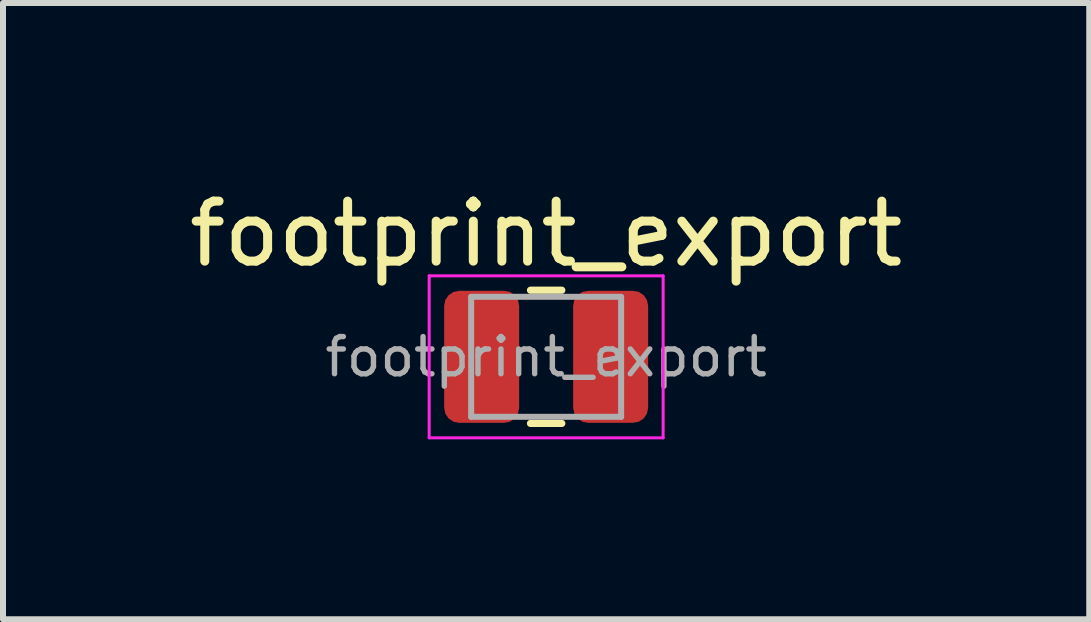
<source format=kicad_pcb>
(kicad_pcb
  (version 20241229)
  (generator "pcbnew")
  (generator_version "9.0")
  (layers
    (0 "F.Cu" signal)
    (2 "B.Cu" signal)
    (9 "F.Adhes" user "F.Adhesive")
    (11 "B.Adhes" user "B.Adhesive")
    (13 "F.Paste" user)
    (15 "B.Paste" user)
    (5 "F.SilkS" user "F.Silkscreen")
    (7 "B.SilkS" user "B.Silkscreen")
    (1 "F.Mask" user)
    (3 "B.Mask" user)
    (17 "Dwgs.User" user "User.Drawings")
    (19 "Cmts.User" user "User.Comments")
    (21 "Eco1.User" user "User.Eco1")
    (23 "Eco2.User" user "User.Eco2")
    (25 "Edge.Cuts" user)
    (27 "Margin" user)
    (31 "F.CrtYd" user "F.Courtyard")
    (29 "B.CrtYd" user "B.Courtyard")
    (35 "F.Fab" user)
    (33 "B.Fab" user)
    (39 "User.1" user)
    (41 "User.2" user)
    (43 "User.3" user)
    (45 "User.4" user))
  (footprint "footprint_export"
    (layer "F.Cu")
    (at 6.054 2.898)
    (property "Reference" "footprint_export" (at 0 -2.05 0) (layer "F.SilkS") (effects (font (size 1 1) (thickness 0.15))))
    (attr smd)
    (fp_line (start -0.261 -1.11) (end 0.261 -1.11) (stroke (width 0.12) (type solid)) (layer "F.SilkS"))
    (fp_line (start -0.261 1.11) (end 0.261 1.11) (stroke (width 0.12) (type solid)) (layer "F.SilkS"))
    (fp_line (start -1.95 -1.35) (end 1.95 -1.35) (stroke (width 0.05) (type solid)) (layer "F.CrtYd"))
    (fp_line (start -1.95 1.35) (end -1.95 -1.35) (stroke (width 0.05) (type solid)) (layer "F.CrtYd"))
    (fp_line (start 1.95 -1.35) (end 1.95 1.35) (stroke (width 0.05) (type solid)) (layer "F.CrtYd"))
    (fp_line (start 1.95 1.35) (end -1.95 1.35) (stroke (width 0.05) (type solid)) (layer "F.CrtYd"))
    (fp_line (start -1.25 -1) (end 1.25 -1) (stroke (width 0.1) (type solid)) (layer "F.Fab"))
    (fp_line (start -1.25 1) (end -1.25 -1) (stroke (width 0.1) (type solid)) (layer "F.Fab"))
    (fp_line (start 1.25 -1) (end 1.25 1) (stroke (width 0.1) (type solid)) (layer "F.Fab"))
    (fp_line (start 1.25 1) (end -1.25 1) (stroke (width 0.1) (type solid)) (layer "F.Fab"))
    (fp_text user "${REFERENCE}" (at 0 0 0) (layer "F.Fab") (effects (font (size 0.62 0.62) (thickness 0.09))))
    (pad "1" smd roundrect (at -1.075 0) (size 1.25 2.2) (layers "F.Cu" "F.Mask" "F.Paste") (roundrect_rratio 0.2))
    (pad "2" smd roundrect (at 1.075 0) (size 1.25 2.2) (layers "F.Cu" "F.Mask" "F.Paste") (roundrect_rratio 0.2)))
  (gr_rect
    (start -3 -3)
    (end 15.107 7.273)
    (stroke (width 0.1) (type default))
    (fill no)
    (layer "Edge.Cuts")))
</source>
